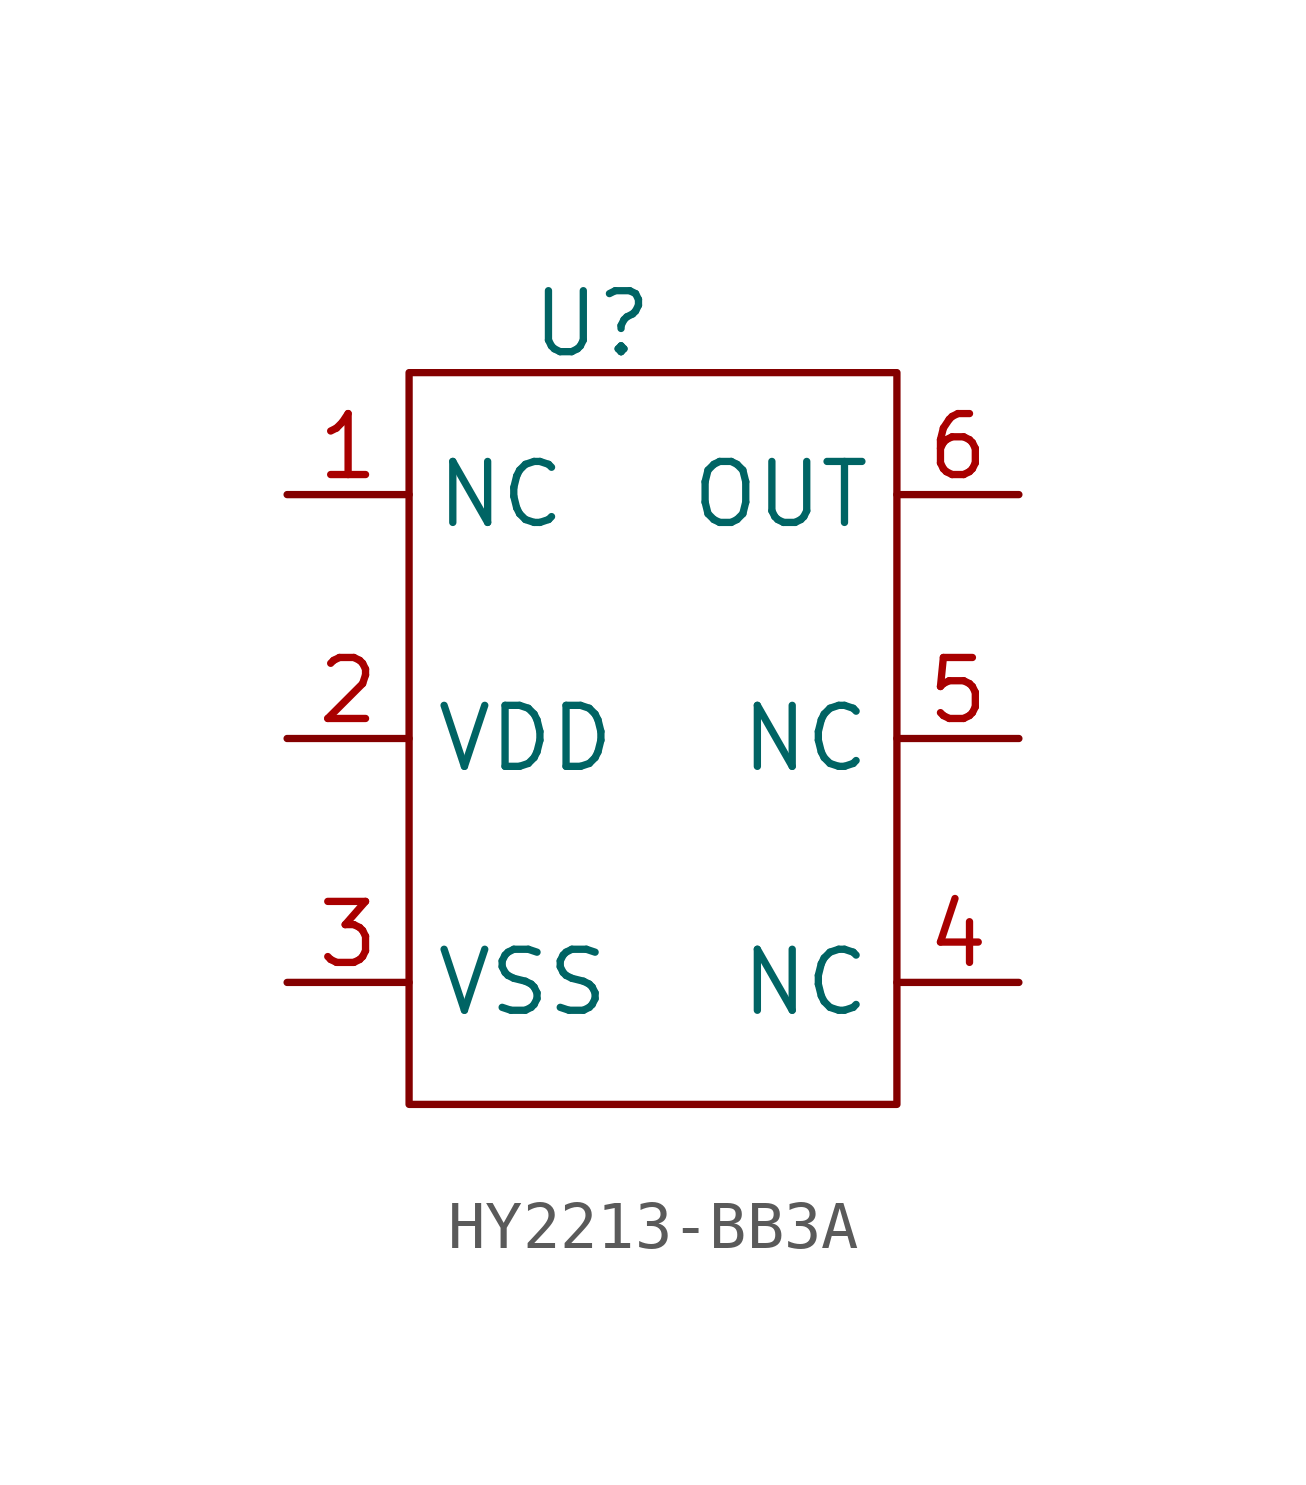
<source format=kicad_sym>
(kicad_symbol_lib
  (version 20231120)
  (generator "kicad_symbol_editor")
  (generator_version "8.0")
  (symbol "HY2213-BB3A"
    (property "Reference" "U"
      (at 1.27 3.556 0)
      (effects (font (size 1.27 1.27))))
    (property "Value" ""
      (at 0 0 0)
      (effects (font (size 1.27 1.27))))
    (symbol "HY2213-BB3A_0_1"
      (rectangle (start -2.54 2.54) (end 7.62 -12.7) (stroke (width 0) (type default)) (fill (type none))))
    (symbol "HY2213-BB3A_1_1"
      (pin input line (at -5.08 0 0) (length 2.54) (name "NC" (effects (font (size 1.27 1.27)))) (number "1" (effects (font (size 1.27 1.27)))))
      (pin input line (at -5.08 -5.08 0) (length 2.54) (name "VDD" (effects (font (size 1.27 1.27)))) (number "2" (effects (font (size 1.27 1.27)))))
      (pin input line (at -5.08 -10.16 0) (length 2.54) (name "VSS" (effects (font (size 1.27 1.27)))) (number "3" (effects (font (size 1.27 1.27)))))
      (pin input line (at 10.16 -10.16 180) (length 2.54) (name "NC" (effects (font (size 1.27 1.27)))) (number "4" (effects (font (size 1.27 1.27)))))
      (pin input line (at 10.16 -5.08 180) (length 2.54) (name "NC" (effects (font (size 1.27 1.27)))) (number "5" (effects (font (size 1.27 1.27)))))
      (pin input line (at 10.16 0 180) (length 2.54) (name "OUT" (effects (font (size 1.27 1.27)))) (number "6" (effects (font (size 1.27 1.27))))))))
</source>
